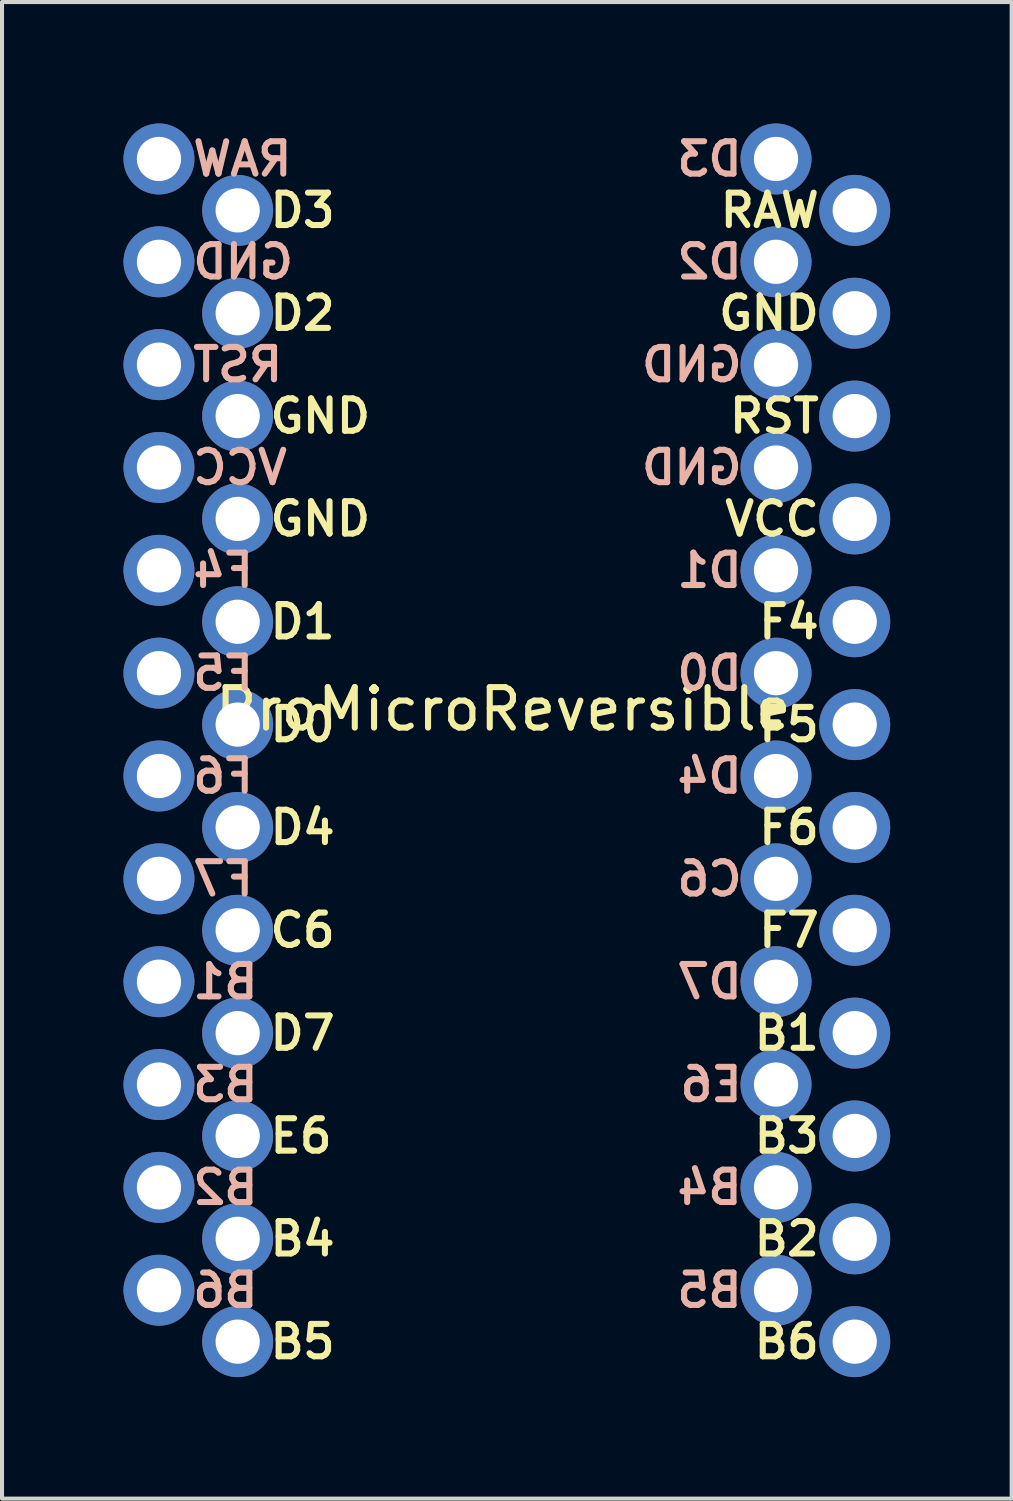
<source format=kicad_pcb>
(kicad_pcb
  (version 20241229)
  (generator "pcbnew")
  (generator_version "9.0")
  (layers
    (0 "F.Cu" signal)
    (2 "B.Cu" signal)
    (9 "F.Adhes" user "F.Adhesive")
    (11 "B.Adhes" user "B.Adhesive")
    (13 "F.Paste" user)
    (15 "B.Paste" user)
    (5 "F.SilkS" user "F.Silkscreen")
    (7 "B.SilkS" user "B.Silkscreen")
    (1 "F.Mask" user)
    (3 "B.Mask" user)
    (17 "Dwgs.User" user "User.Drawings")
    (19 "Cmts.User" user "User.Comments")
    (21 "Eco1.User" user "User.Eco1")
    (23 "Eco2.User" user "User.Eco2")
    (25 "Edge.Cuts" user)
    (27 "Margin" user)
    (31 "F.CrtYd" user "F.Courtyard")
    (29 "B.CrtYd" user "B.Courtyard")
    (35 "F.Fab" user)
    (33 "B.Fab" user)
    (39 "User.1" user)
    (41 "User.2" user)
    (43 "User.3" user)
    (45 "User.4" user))
  (footprint "ProMicroReversible"
    (layer "F.Cu")
    (at 9.468 15.481)
    (property "Reference" "ProMicroReversible" (at -0.089 -1.016 0) (unlocked yes) (layer "F.SilkS") (effects (font (size 1 1) (thickness 0.15))))
    (fp_text user "RAW" (at 7.791 -13.335 0) (unlocked yes) (layer "F.SilkS") (effects (font (size 0.8 0.8) (thickness 0.15)) (justify right)))
    (fp_text user "E6" (at -5.925 9.525 0) (unlocked yes) (layer "F.SilkS") (effects (font (size 0.8 0.8) (thickness 0.15)) (justify left)))
    (fp_text user "F4" (at 7.791 -3.175 0) (unlocked yes) (layer "F.SilkS") (effects (font (size 0.8 0.8) (thickness 0.15)) (justify right)))
    (fp_text user "B6" (at 7.791 14.605 0) (unlocked yes) (layer "F.SilkS") (effects (font (size 0.8 0.8) (thickness 0.15)) (justify right)))
    (fp_text user "GND" (at -5.925 -8.255 0) (unlocked yes) (layer "F.SilkS") (effects (font (size 0.8 0.8) (thickness 0.15)) (justify left)))
    (fp_text user "D3" (at -5.925 -13.335 0) (unlocked yes) (layer "F.SilkS") (effects (font (size 0.8 0.8) (thickness 0.15)) (justify left)))
    (fp_text user "B4" (at -5.925 12.065 0) (unlocked yes) (layer "F.SilkS") (effects (font (size 0.8 0.8) (thickness 0.15)) (justify left)))
    (fp_text user "B3" (at 7.791 9.525 0) (unlocked yes) (layer "F.SilkS") (effects (font (size 0.8 0.8) (thickness 0.15)) (justify right)))
    (fp_text user "D4" (at -5.925 1.905 0) (unlocked yes) (layer "F.SilkS") (effects (font (size 0.8 0.8) (thickness 0.15)) (justify left)))
    (fp_text user "D1" (at -5.925 -3.175 0) (unlocked yes) (layer "F.SilkS") (effects (font (size 0.8 0.8) (thickness 0.15)) (justify left)))
    (fp_text user "D2" (at -5.925 -10.795 0) (unlocked yes) (layer "F.SilkS") (effects (font (size 0.8 0.8) (thickness 0.15)) (justify left)))
    (fp_text user "F6" (at 7.791 1.905 0) (unlocked yes) (layer "F.SilkS") (effects (font (size 0.8 0.8) (thickness 0.15)) (justify right)))
    (fp_text user "RST" (at 7.791 -8.255 0) (unlocked yes) (layer "F.SilkS") (effects (font (size 0.8 0.8) (thickness 0.15)) (justify right)))
    (fp_text user "D7" (at -5.925 6.985 0) (unlocked yes) (layer "F.SilkS") (effects (font (size 0.8 0.8) (thickness 0.15)) (justify left)))
    (fp_text user "VCC" (at 7.791 -5.715 0) (unlocked yes) (layer "F.SilkS") (effects (font (size 0.8 0.8) (thickness 0.15)) (justify right)))
    (fp_text user "C6" (at -5.925 4.445 0) (unlocked yes) (layer "F.SilkS") (effects (font (size 0.8 0.8) (thickness 0.15)) (justify left)))
    (fp_text user "F5" (at 7.791 -0.635 0) (unlocked yes) (layer "F.SilkS") (effects (font (size 0.8 0.8) (thickness 0.15)) (justify right)))
    (fp_text user "GND" (at 7.791 -10.795 0) (unlocked yes) (layer "F.SilkS") (effects (font (size 0.8 0.8) (thickness 0.15)) (justify right)))
    (fp_text user "D0" (at -5.925 -0.635 0) (unlocked yes) (layer "F.SilkS") (effects (font (size 0.8 0.8) (thickness 0.15)) (justify left)))
    (fp_text user "B2" (at 7.791 12.065 0) (unlocked yes) (layer "F.SilkS") (effects (font (size 0.8 0.8) (thickness 0.15)) (justify right)))
    (fp_text user "B5" (at -5.925 14.605 0) (unlocked yes) (layer "F.SilkS") (effects (font (size 0.8 0.8) (thickness 0.15)) (justify left)))
    (fp_text user "GND" (at -5.925 -5.715 0) (unlocked yes) (layer "F.SilkS") (effects (font (size 0.8 0.8) (thickness 0.15)) (justify left)))
    (fp_text user "B1" (at 7.791 6.985 0) (unlocked yes) (layer "F.SilkS") (effects (font (size 0.8 0.8) (thickness 0.15)) (justify right)))
    (fp_text user "F7" (at 7.791 4.445 0) (unlocked yes) (layer "F.SilkS") (effects (font (size 0.8 0.8) (thickness 0.15)) (justify right)))
    (fp_text user "B4" (at 5.886 10.795 0) (unlocked yes) (layer "B.SilkS") (effects (font (size 0.8 0.8) (thickness 0.15)) (justify left mirror)))
    (fp_text user "B6" (at -7.83 13.335 0) (unlocked yes) (layer "B.SilkS") (effects (font (size 0.8 0.8) (thickness 0.15)) (justify right mirror)))
    (fp_text user "D3" (at 5.886 -14.605 0) (unlocked yes) (layer "B.SilkS") (effects (font (size 0.8 0.8) (thickness 0.15)) (justify left mirror)))
    (fp_text user "B3" (at -7.83 8.255 0) (unlocked yes) (layer "B.SilkS") (effects (font (size 0.8 0.8) (thickness 0.15)) (justify right mirror)))
    (fp_text user "D0" (at 5.886 -1.905 0) (unlocked yes) (layer "B.SilkS") (effects (font (size 0.8 0.8) (thickness 0.15)) (justify left mirror)))
    (fp_text user "B1" (at -7.83 5.715 0) (unlocked yes) (layer "B.SilkS") (effects (font (size 0.8 0.8) (thickness 0.15)) (justify right mirror)))
    (fp_text user "F4" (at -7.83 -4.445 0) (unlocked yes) (layer "B.SilkS") (effects (font (size 0.8 0.8) (thickness 0.15)) (justify right mirror)))
    (fp_text user "RST" (at -7.83 -9.525 0) (unlocked yes) (layer "B.SilkS") (effects (font (size 0.8 0.8) (thickness 0.15)) (justify right mirror)))
    (fp_text user "D7" (at 5.886 5.715 0) (unlocked yes) (layer "B.SilkS") (effects (font (size 0.8 0.8) (thickness 0.15)) (justify left mirror)))
    (fp_text user "B2" (at -7.83 10.795 0) (unlocked yes) (layer "B.SilkS") (effects (font (size 0.8 0.8) (thickness 0.15)) (justify right mirror)))
    (fp_text user "B5" (at 5.886 13.335 0) (unlocked yes) (layer "B.SilkS") (effects (font (size 0.8 0.8) (thickness 0.15)) (justify left mirror)))
    (fp_text user "D1" (at 5.886 -4.445 0) (unlocked yes) (layer "B.SilkS") (effects (font (size 0.8 0.8) (thickness 0.15)) (justify left mirror)))
    (fp_text user "GND" (at 5.886 -9.525 0) (unlocked yes) (layer "B.SilkS") (effects (font (size 0.8 0.8) (thickness 0.15)) (justify left mirror)))
    (fp_text user "F7" (at -7.83 3.175 0) (unlocked yes) (layer "B.SilkS") (effects (font (size 0.8 0.8) (thickness 0.15)) (justify right mirror)))
    (fp_text user "E6" (at 5.886 8.255 0) (unlocked yes) (layer "B.SilkS") (effects (font (size 0.8 0.8) (thickness 0.15)) (justify left mirror)))
    (fp_text user "F6" (at -7.83 0.635 0) (unlocked yes) (layer "B.SilkS") (effects (font (size 0.8 0.8) (thickness 0.15)) (justify right mirror)))
    (fp_text user "C6" (at 5.886 3.175 0) (unlocked yes) (layer "B.SilkS") (effects (font (size 0.8 0.8) (thickness 0.15)) (justify left mirror)))
    (fp_text user "GND" (at -7.83 -12.065 0) (unlocked yes) (layer "B.SilkS") (effects (font (size 0.8 0.8) (thickness 0.15)) (justify right mirror)))
    (fp_text user "D2" (at 5.886 -12.065 0) (unlocked yes) (layer "B.SilkS") (effects (font (size 0.8 0.8) (thickness 0.15)) (justify left mirror)))
    (fp_text user "D4" (at 5.886 0.635 0) (unlocked yes) (layer "B.SilkS") (effects (font (size 0.8 0.8) (thickness 0.15)) (justify left mirror)))
    (fp_text user "GND" (at 5.886 -6.985 0) (unlocked yes) (layer "B.SilkS") (effects (font (size 0.8 0.8) (thickness 0.15)) (justify left mirror)))
    (fp_text user "F5" (at -7.83 -1.905 0) (unlocked yes) (layer "B.SilkS") (effects (font (size 0.8 0.8) (thickness 0.15)) (justify right mirror)))
    (fp_text user "RAW" (at -7.83 -14.605 0) (unlocked yes) (layer "B.SilkS") (effects (font (size 0.8 0.8) (thickness 0.15)) (justify right mirror)))
    (fp_text user "VCC" (at -7.83 -6.985 0) (unlocked yes) (layer "B.SilkS") (effects (font (size 0.8 0.8) (thickness 0.15)) (justify right mirror)))
    (pad "1" thru_hole circle (at -8.592 -14.605) (size 1.753 1.753) (drill 1.092) (layers "*.Cu" "B.Mask"))
    (pad "1" thru_hole circle (at 8.592 -13.335) (size 1.753 1.753) (drill 1.092) (layers "*.Cu" "F.Mask"))
    (pad "2" thru_hole circle (at -8.592 -12.065) (size 1.753 1.753) (drill 1.092) (layers "*.Cu" "B.Mask"))
    (pad "2" thru_hole circle (at 8.592 -10.795) (size 1.753 1.753) (drill 1.092) (layers "*.Cu" "F.Mask"))
    (pad "3" thru_hole circle (at -8.592 -9.525) (size 1.753 1.753) (drill 1.092) (layers "*.Cu" "B.Mask"))
    (pad "3" thru_hole circle (at 8.592 -8.255) (size 1.753 1.753) (drill 1.092) (layers "*.Cu" "F.Mask"))
    (pad "4" thru_hole circle (at -8.592 -6.985) (size 1.753 1.753) (drill 1.092) (layers "*.Cu" "B.Mask"))
    (pad "4" thru_hole circle (at 8.592 -5.715) (size 1.753 1.753) (drill 1.092) (layers "*.Cu" "F.Mask"))
    (pad "5" thru_hole circle (at -8.592 -4.445) (size 1.753 1.753) (drill 1.092) (layers "*.Cu" "B.Mask"))
    (pad "5" thru_hole circle (at 8.592 -3.175) (size 1.753 1.753) (drill 1.092) (layers "*.Cu" "F.Mask"))
    (pad "6" thru_hole circle (at -8.592 -1.905) (size 1.753 1.753) (drill 1.092) (layers "*.Cu" "B.Mask"))
    (pad "6" thru_hole circle (at 8.592 -0.635) (size 1.753 1.753) (drill 1.092) (layers "*.Cu" "F.Mask"))
    (pad "7" thru_hole circle (at -8.592 0.635) (size 1.753 1.753) (drill 1.092) (layers "*.Cu" "B.Mask"))
    (pad "7" thru_hole circle (at 8.592 1.905) (size 1.753 1.753) (drill 1.092) (layers "*.Cu" "F.Mask"))
    (pad "8" thru_hole circle (at -8.592 3.175) (size 1.753 1.753) (drill 1.092) (layers "*.Cu" "B.Mask"))
    (pad "8" thru_hole circle (at 8.592 4.445) (size 1.753 1.753) (drill 1.092) (layers "*.Cu" "F.Mask"))
    (pad "9" thru_hole circle (at -8.592 5.715) (size 1.753 1.753) (drill 1.092) (layers "*.Cu" "B.Mask"))
    (pad "9" thru_hole circle (at 8.592 6.985) (size 1.753 1.753) (drill 1.092) (layers "*.Cu" "F.Mask"))
    (pad "10" thru_hole circle (at -8.592 8.255) (size 1.753 1.753) (drill 1.092) (layers "*.Cu" "B.Mask"))
    (pad "10" thru_hole circle (at 8.592 9.525) (size 1.753 1.753) (drill 1.092) (layers "*.Cu" "F.Mask"))
    (pad "11" thru_hole circle (at -8.592 10.795) (size 1.753 1.753) (drill 1.092) (layers "*.Cu" "B.Mask"))
    (pad "11" thru_hole circle (at 8.592 12.065) (size 1.753 1.753) (drill 1.092) (layers "*.Cu" "F.Mask"))
    (pad "12" thru_hole circle (at -8.592 13.335) (size 1.753 1.753) (drill 1.092) (layers "*.Cu" "B.Mask"))
    (pad "12" thru_hole circle (at 8.592 14.605) (size 1.753 1.753) (drill 1.092) (layers "*.Cu" "F.Mask"))
    (pad "13" thru_hole circle (at -6.648 -13.335) (size 1.753 1.753) (drill 1.092) (layers "*.Cu" "F.Mask"))
    (pad "13" thru_hole circle (at 6.648 -14.605) (size 1.753 1.753) (drill 1.092) (layers "*.Cu" "B.Mask"))
    (pad "14" thru_hole circle (at -6.648 -10.795) (size 1.753 1.753) (drill 1.092) (layers "*.Cu" "F.Mask"))
    (pad "14" thru_hole circle (at 6.648 -12.065) (size 1.753 1.753) (drill 1.092) (layers "*.Cu" "B.Mask"))
    (pad "15" thru_hole circle (at -6.648 -8.255) (size 1.753 1.753) (drill 1.092) (layers "*.Cu" "F.Mask"))
    (pad "15" thru_hole circle (at 6.648 -9.525) (size 1.753 1.753) (drill 1.092) (layers "*.Cu" "B.Mask"))
    (pad "16" thru_hole circle (at -6.648 -5.715) (size 1.753 1.753) (drill 1.092) (layers "*.Cu" "F.Mask"))
    (pad "16" thru_hole circle (at 6.648 -6.985) (size 1.753 1.753) (drill 1.092) (layers "*.Cu" "B.Mask"))
    (pad "17" thru_hole circle (at -6.648 -3.175) (size 1.753 1.753) (drill 1.092) (layers "*.Cu" "F.Mask"))
    (pad "17" thru_hole circle (at 6.648 -4.445) (size 1.753 1.753) (drill 1.092) (layers "*.Cu" "B.Mask"))
    (pad "18" thru_hole circle (at -6.648 -0.635) (size 1.753 1.753) (drill 1.092) (layers "*.Cu" "F.Mask"))
    (pad "18" thru_hole circle (at 6.648 -1.905) (size 1.753 1.753) (drill 1.092) (layers "*.Cu" "B.Mask"))
    (pad "19" thru_hole circle (at -6.648 1.905) (size 1.753 1.753) (drill 1.092) (layers "*.Cu" "F.Mask"))
    (pad "19" thru_hole circle (at 6.648 0.635) (size 1.753 1.753) (drill 1.092) (layers "*.Cu" "B.Mask"))
    (pad "20" thru_hole circle (at -6.648 4.445) (size 1.753 1.753) (drill 1.092) (layers "*.Cu" "F.Mask"))
    (pad "20" thru_hole circle (at 6.648 3.175) (size 1.753 1.753) (drill 1.092) (layers "*.Cu" "B.Mask"))
    (pad "21" thru_hole circle (at -6.648 6.985) (size 1.753 1.753) (drill 1.092) (layers "*.Cu" "F.Mask"))
    (pad "21" thru_hole circle (at 6.648 5.715) (size 1.753 1.753) (drill 1.092) (layers "*.Cu" "B.Mask"))
    (pad "22" thru_hole circle (at -6.648 9.525) (size 1.753 1.753) (drill 1.092) (layers "*.Cu" "F.Mask"))
    (pad "22" thru_hole circle (at 6.648 8.255) (size 1.753 1.753) (drill 1.092) (layers "*.Cu" "B.Mask"))
    (pad "23" thru_hole circle (at -6.648 12.065) (size 1.753 1.753) (drill 1.092) (layers "*.Cu" "F.Mask"))
    (pad "23" thru_hole circle (at 6.648 10.795) (size 1.753 1.753) (drill 1.092) (layers "*.Cu" "B.Mask"))
    (pad "24" thru_hole circle (at -6.648 14.605) (size 1.753 1.753) (drill 1.092) (layers "*.Cu" "F.Mask"))
    (pad "24" thru_hole circle (at 6.648 13.335) (size 1.753 1.753) (drill 1.092) (layers "*.Cu" "B.Mask")))
  (gr_rect
    (start -3 -3)
    (end 21.936 33.963)
    (stroke (width 0.1) (type default))
    (fill no)
    (layer "Edge.Cuts")))
</source>
